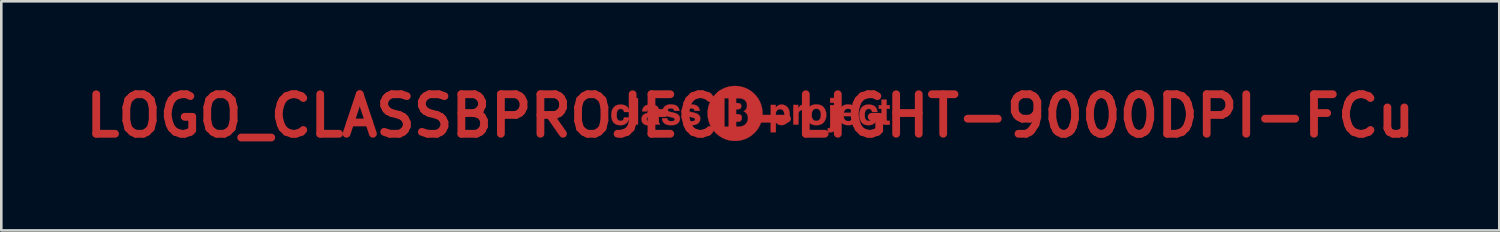
<source format=kicad_pcb>
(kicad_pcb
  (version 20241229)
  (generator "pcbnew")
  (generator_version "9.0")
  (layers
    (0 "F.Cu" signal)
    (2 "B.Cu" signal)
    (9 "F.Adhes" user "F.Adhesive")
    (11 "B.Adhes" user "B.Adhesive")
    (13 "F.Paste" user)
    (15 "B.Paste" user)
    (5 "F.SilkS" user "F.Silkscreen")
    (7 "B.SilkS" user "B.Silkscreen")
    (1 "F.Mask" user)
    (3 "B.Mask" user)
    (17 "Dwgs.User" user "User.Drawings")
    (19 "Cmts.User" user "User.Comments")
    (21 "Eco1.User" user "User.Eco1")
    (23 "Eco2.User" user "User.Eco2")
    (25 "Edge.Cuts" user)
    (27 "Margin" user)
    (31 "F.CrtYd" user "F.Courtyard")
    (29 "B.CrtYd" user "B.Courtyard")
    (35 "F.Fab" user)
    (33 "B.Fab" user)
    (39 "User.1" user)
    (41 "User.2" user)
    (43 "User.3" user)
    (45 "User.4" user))
  (footprint "LOGO_CLASSBPROJECT-LIGHT-9000DPI-FCu"
    (layer "F.Cu")
    (at 25.879 1.418)
    (property "Reference" "LOGO_CLASSBPROJECT-LIGHT-9000DPI-FCu" (at 0 0 0) (layer "F.Cu") (effects (font (size 1.524 1.524) (thickness 0.3))))
    (attr through_hole)
    (fp_poly (pts (xy -4.329 0.333) (xy -4.527 0.333) (xy -4.527 -0.683) (xy -4.329 -0.683) (xy -4.329 0.333)) (stroke (width 0.01) (type solid)) (fill yes) (layer "F.Cu"))
    (fp_poly (pts (xy 3.277 -0.508) (xy 3.079 -0.508) (xy 3.079 -0.689) (xy 3.277 -0.689) (xy 3.277 -0.508)) (stroke (width 0.01) (type solid)) (fill yes) (layer "F.Cu"))
    (fp_poly (pts (xy -0.633 -0.068) (xy -0.594 -0.068) (xy -0.56 -0.067) (xy -0.531 -0.067) (xy -0.506 -0.067) (xy -0.484 -0.066) (xy -0.466 -0.065) (xy -0.45 -0.063) (xy -0.437 -0.061) (xy -0.426 -0.059) (xy -0.416 -0.056) (xy -0.406 -0.053) (xy -0.397 -0.049) (xy -0.39 -0.046) (xy -0.368 -0.032) (xy -0.351 -0.015) (xy -0.337 0.006) (xy -0.328 0.03) (xy -0.326 0.041) (xy -0.325 0.057) (xy -0.325 0.075) (xy -0.325 0.092) (xy -0.327 0.108) (xy -0.328 0.114) (xy -0.335 0.14) (xy -0.347 0.163) (xy -0.363 0.183) (xy -0.382 0.199) (xy -0.399 0.209) (xy -0.407 0.213) (xy -0.414 0.216) (xy -0.421 0.218) (xy -0.428 0.22) (xy -0.437 0.222) (xy -0.447 0.224) (xy -0.459 0.225) (xy -0.473 0.226) (xy -0.49 0.226) (xy -0.511 0.227) (xy -0.535 0.227) (xy -0.564 0.227) (xy -0.598 0.228) (xy -0.616 0.228) (xy -0.776 0.229) (xy -0.776 -0.068) (xy -0.633 -0.068)) (stroke (width 0.01) (type solid)) (fill yes) (layer "F.Cu"))
    (fp_poly (pts (xy 2.097 -0.235) (xy 2.047 -0.233) (xy 2.024 -0.233) (xy 2.006 -0.231) (xy 1.992 -0.23) (xy 1.98 -0.227) (xy 1.975 -0.226) (xy 1.946 -0.216) (xy 1.922 -0.203) (xy 1.902 -0.186) (xy 1.886 -0.166) (xy 1.873 -0.141) (xy 1.865 -0.112) (xy 1.865 -0.112) (xy 1.864 -0.107) (xy 1.863 -0.101) (xy 1.862 -0.096) (xy 1.861 -0.09) (xy 1.86 -0.082) (xy 1.86 -0.072) (xy 1.86 -0.061) (xy 1.859 -0.046) (xy 1.859 -0.029) (xy 1.859 -0.009) (xy 1.858 0.016) (xy 1.858 0.045) (xy 1.858 0.079) (xy 1.858 0.117) (xy 1.858 0.123) (xy 1.857 0.333) (xy 1.659 0.333) (xy 1.659 -0.421) (xy 1.846 -0.421) (xy 1.846 -0.355) (xy 1.847 -0.29) (xy 1.866 -0.318) (xy 1.884 -0.344) (xy 1.901 -0.365) (xy 1.917 -0.382) (xy 1.934 -0.396) (xy 1.952 -0.408) (xy 1.966 -0.415) (xy 1.989 -0.424) (xy 2.015 -0.43) (xy 2.043 -0.434) (xy 2.067 -0.435) (xy 2.097 -0.435) (xy 2.097 -0.235)) (stroke (width 0.01) (type solid)) (fill yes) (layer "F.Cu"))
    (fp_poly (pts (xy -0.624 -0.496) (xy -0.589 -0.496) (xy -0.559 -0.495) (xy -0.534 -0.495) (xy -0.512 -0.494) (xy -0.494 -0.494) (xy -0.479 -0.493) (xy -0.466 -0.492) (xy -0.455 -0.491) (xy -0.446 -0.489) (xy -0.436 -0.487) (xy -0.428 -0.485) (xy -0.418 -0.483) (xy -0.414 -0.481) (xy -0.394 -0.473) (xy -0.377 -0.46) (xy -0.365 -0.445) (xy -0.358 -0.434) (xy -0.354 -0.423) (xy -0.351 -0.411) (xy -0.349 -0.397) (xy -0.349 -0.378) (xy -0.349 -0.374) (xy -0.349 -0.358) (xy -0.35 -0.346) (xy -0.351 -0.337) (xy -0.353 -0.329) (xy -0.355 -0.324) (xy -0.366 -0.304) (xy -0.381 -0.288) (xy -0.4 -0.275) (xy -0.405 -0.272) (xy -0.413 -0.268) (xy -0.421 -0.265) (xy -0.428 -0.262) (xy -0.436 -0.26) (xy -0.444 -0.258) (xy -0.454 -0.256) (xy -0.466 -0.255) (xy -0.48 -0.254) (xy -0.497 -0.254) (xy -0.517 -0.253) (xy -0.541 -0.253) (xy -0.57 -0.252) (xy -0.604 -0.252) (xy -0.62 -0.252) (xy -0.776 -0.251) (xy -0.776 -0.497) (xy -0.624 -0.496)) (stroke (width 0.01) (type solid)) (fill yes) (layer "F.Cu"))
    (fp_poly (pts (xy 3.276 0.035) (xy 3.276 0.094) (xy 3.276 0.148) (xy 3.276 0.196) (xy 3.275 0.24) (xy 3.275 0.28) (xy 3.275 0.315) (xy 3.275 0.345) (xy 3.275 0.373) (xy 3.275 0.396) (xy 3.274 0.417) (xy 3.274 0.434) (xy 3.274 0.449) (xy 3.274 0.461) (xy 3.273 0.472) (xy 3.273 0.48) (xy 3.272 0.486) (xy 3.272 0.492) (xy 3.271 0.496) (xy 3.271 0.499) (xy 3.27 0.502) (xy 3.27 0.502) (xy 3.26 0.533) (xy 3.249 0.558) (xy 3.235 0.579) (xy 3.218 0.596) (xy 3.197 0.609) (xy 3.173 0.62) (xy 3.144 0.628) (xy 3.134 0.63) (xy 3.12 0.632) (xy 3.1 0.633) (xy 3.076 0.634) (xy 3.056 0.634) (xy 2.986 0.636) (xy 2.986 0.477) (xy 3.008 0.479) (xy 3.028 0.479) (xy 3.044 0.476) (xy 3.057 0.471) (xy 3.063 0.466) (xy 3.07 0.458) (xy 3.075 0.448) (xy 3.076 0.446) (xy 3.076 0.443) (xy 3.077 0.437) (xy 3.077 0.428) (xy 3.077 0.415) (xy 3.078 0.399) (xy 3.078 0.379) (xy 3.078 0.355) (xy 3.078 0.327) (xy 3.079 0.294) (xy 3.079 0.257) (xy 3.079 0.215) (xy 3.079 0.169) (xy 3.079 0.117) (xy 3.079 0.06) (xy 3.079 0.01) (xy 3.079 -0.415) (xy 3.277 -0.415) (xy 3.276 0.035)) (stroke (width 0.01) (type solid)) (fill yes) (layer "F.Cu"))
    (fp_poly (pts (xy 5.255 -0.412) (xy 5.379 -0.412) (xy 5.379 -0.274) (xy 5.255 -0.274) (xy 5.255 -0.068) (xy 5.255 -0.026) (xy 5.255 0.011) (xy 5.255 0.043) (xy 5.255 0.071) (xy 5.256 0.094) (xy 5.256 0.114) (xy 5.257 0.13) (xy 5.258 0.143) (xy 5.258 0.154) (xy 5.259 0.162) (xy 5.261 0.169) (xy 5.262 0.174) (xy 5.264 0.178) (xy 5.265 0.18) (xy 5.271 0.185) (xy 5.281 0.189) (xy 5.295 0.191) (xy 5.315 0.193) (xy 5.339 0.193) (xy 5.379 0.193) (xy 5.379 0.338) (xy 5.37 0.34) (xy 5.365 0.34) (xy 5.355 0.341) (xy 5.341 0.341) (xy 5.324 0.342) (xy 5.304 0.342) (xy 5.286 0.343) (xy 5.261 0.343) (xy 5.24 0.343) (xy 5.224 0.343) (xy 5.21 0.343) (xy 5.199 0.342) (xy 5.19 0.34) (xy 5.188 0.34) (xy 5.158 0.333) (xy 5.132 0.322) (xy 5.109 0.309) (xy 5.091 0.293) (xy 5.078 0.275) (xy 5.078 0.275) (xy 5.075 0.27) (xy 5.073 0.264) (xy 5.07 0.259) (xy 5.068 0.253) (xy 5.067 0.246) (xy 5.065 0.239) (xy 5.064 0.229) (xy 5.063 0.218) (xy 5.062 0.204) (xy 5.061 0.188) (xy 5.061 0.169) (xy 5.061 0.146) (xy 5.06 0.119) (xy 5.06 0.089) (xy 5.06 0.053) (xy 5.06 0.013) (xy 5.06 -0.03) (xy 5.06 -0.274) (xy 4.956 -0.274) (xy 4.956 -0.412) (xy 5.06 -0.412) (xy 5.06 -0.624) (xy 5.255 -0.624) (xy 5.255 -0.412)) (stroke (width 0.01) (type solid)) (fill yes) (layer "F.Cu"))
    (fp_poly (pts (xy 1.246 -0.432) (xy 1.286 -0.424) (xy 1.324 -0.411) (xy 1.359 -0.393) (xy 1.392 -0.37) (xy 1.423 -0.342) (xy 1.424 -0.341) (xy 1.449 -0.312) (xy 1.469 -0.281) (xy 1.486 -0.247) (xy 1.499 -0.209) (xy 1.509 -0.168) (xy 1.515 -0.127) (xy 1.517 -0.113) (xy 1.518 -0.094) (xy 1.518 -0.073) (xy 1.518 -0.05) (xy 1.518 -0.026) (xy 1.517 -0.004) (xy 1.517 0.015) (xy 1.515 0.03) (xy 1.515 0.03) (xy 1.508 0.081) (xy 1.496 0.127) (xy 1.48 0.17) (xy 1.461 0.208) (xy 1.437 0.243) (xy 1.41 0.273) (xy 1.382 0.297) (xy 1.35 0.318) (xy 1.318 0.334) (xy 1.283 0.346) (xy 1.246 0.353) (xy 1.207 0.355) (xy 1.184 0.355) (xy 1.16 0.353) (xy 1.14 0.351) (xy 1.122 0.347) (xy 1.105 0.342) (xy 1.087 0.334) (xy 1.085 0.333) (xy 1.067 0.324) (xy 1.051 0.314) (xy 1.037 0.302) (xy 1.022 0.288) (xy 1.007 0.27) (xy 0.991 0.25) (xy 0.985 0.242) (xy 0.985 0.629) (xy 0.79 0.629) (xy 0.79 -0.023) (xy 0.98 -0.023) (xy 0.98 -0.01) (xy 0.982 0.024) (xy 0.987 0.054) (xy 0.994 0.081) (xy 1.003 0.104) (xy 1.016 0.124) (xy 1.031 0.143) (xy 1.034 0.146) (xy 1.056 0.164) (xy 1.079 0.178) (xy 1.105 0.186) (xy 1.113 0.188) (xy 1.133 0.19) (xy 1.155 0.19) (xy 1.177 0.188) (xy 1.194 0.185) (xy 1.22 0.174) (xy 1.244 0.159) (xy 1.264 0.139) (xy 1.281 0.114) (xy 1.295 0.085) (xy 1.306 0.052) (xy 1.309 0.04) (xy 1.311 0.028) (xy 1.312 0.015) (xy 1.314 -0.001) (xy 1.314 -0.02) (xy 1.314 -0.023) (xy 1.315 -0.05) (xy 1.314 -0.072) (xy 1.312 -0.091) (xy 1.309 -0.109) (xy 1.305 -0.127) (xy 1.302 -0.137) (xy 1.29 -0.169) (xy 1.275 -0.196) (xy 1.258 -0.218) (xy 1.238 -0.236) (xy 1.215 -0.248) (xy 1.189 -0.257) (xy 1.16 -0.26) (xy 1.147 -0.261) (xy 1.119 -0.259) (xy 1.094 -0.254) (xy 1.072 -0.245) (xy 1.052 -0.232) (xy 1.037 -0.219) (xy 1.019 -0.196) (xy 1.004 -0.17) (xy 0.993 -0.14) (xy 0.985 -0.106) (xy 0.981 -0.067) (xy 0.98 -0.023) (xy 0.79 -0.023) (xy 0.79 -0.421) (xy 0.979 -0.421) (xy 0.98 -0.367) (xy 0.981 -0.313) (xy 0.994 -0.331) (xy 1.019 -0.36) (xy 1.046 -0.385) (xy 1.077 -0.405) (xy 1.11 -0.419) (xy 1.146 -0.429) (xy 1.184 -0.434) (xy 1.204 -0.435) (xy 1.246 -0.432)) (stroke (width 0.01) (type solid)) (fill yes) (layer "F.Cu"))
    (fp_poly (pts (xy 3.821 -0.438) (xy 3.867 -0.431) (xy 3.91 -0.42) (xy 3.949 -0.404) (xy 3.986 -0.383) (xy 4.018 -0.358) (xy 4.048 -0.329) (xy 4.074 -0.295) (xy 4.096 -0.257) (xy 4.102 -0.245) (xy 4.112 -0.221) (xy 4.121 -0.197) (xy 4.127 -0.172) (xy 4.132 -0.145) (xy 4.136 -0.115) (xy 4.138 -0.082) (xy 4.139 -0.053) (xy 4.141 0.011) (xy 3.601 0.011) (xy 3.601 0.024) (xy 3.603 0.044) (xy 3.607 0.067) (xy 3.615 0.091) (xy 3.624 0.113) (xy 3.629 0.123) (xy 3.639 0.139) (xy 3.654 0.154) (xy 3.67 0.168) (xy 3.688 0.18) (xy 3.692 0.182) (xy 3.711 0.19) (xy 3.73 0.196) (xy 3.749 0.2) (xy 3.771 0.201) (xy 3.783 0.201) (xy 3.799 0.201) (xy 3.811 0.2) (xy 3.821 0.199) (xy 3.83 0.197) (xy 3.839 0.194) (xy 3.852 0.189) (xy 3.866 0.182) (xy 3.876 0.176) (xy 3.877 0.176) (xy 3.89 0.165) (xy 3.904 0.151) (xy 3.916 0.136) (xy 3.923 0.124) (xy 3.929 0.113) (xy 4.131 0.113) (xy 4.128 0.128) (xy 4.121 0.153) (xy 4.109 0.18) (xy 4.091 0.208) (xy 4.07 0.236) (xy 4.047 0.26) (xy 4.015 0.288) (xy 3.981 0.311) (xy 3.945 0.329) (xy 3.905 0.343) (xy 3.862 0.353) (xy 3.842 0.355) (xy 3.824 0.357) (xy 3.802 0.358) (xy 3.778 0.358) (xy 3.754 0.358) (xy 3.732 0.356) (xy 3.714 0.355) (xy 3.71 0.354) (xy 3.669 0.345) (xy 3.63 0.333) (xy 3.592 0.316) (xy 3.556 0.296) (xy 3.523 0.273) (xy 3.495 0.247) (xy 3.471 0.22) (xy 3.463 0.209) (xy 3.444 0.177) (xy 3.429 0.14) (xy 3.416 0.1) (xy 3.408 0.056) (xy 3.403 0.01) (xy 3.401 -0.039) (xy 3.403 -0.08) (xy 3.407 -0.119) (xy 3.604 -0.119) (xy 3.936 -0.119) (xy 3.934 -0.136) (xy 3.927 -0.167) (xy 3.916 -0.194) (xy 3.9 -0.218) (xy 3.881 -0.238) (xy 3.857 -0.254) (xy 3.831 -0.266) (xy 3.804 -0.273) (xy 3.773 -0.276) (xy 3.743 -0.274) (xy 3.715 -0.268) (xy 3.69 -0.257) (xy 3.667 -0.242) (xy 3.656 -0.233) (xy 3.642 -0.217) (xy 3.631 -0.199) (xy 3.621 -0.179) (xy 3.613 -0.155) (xy 3.606 -0.126) (xy 3.604 -0.119) (xy 3.407 -0.119) (xy 3.409 -0.13) (xy 3.418 -0.175) (xy 3.43 -0.217) (xy 3.446 -0.255) (xy 3.466 -0.289) (xy 3.49 -0.321) (xy 3.514 -0.346) (xy 3.547 -0.373) (xy 3.582 -0.396) (xy 3.621 -0.414) (xy 3.662 -0.427) (xy 3.706 -0.436) (xy 3.753 -0.44) (xy 3.772 -0.44) (xy 3.821 -0.438)) (stroke (width 0.01) (type solid)) (fill yes) (layer "F.Cu"))
    (fp_poly (pts (xy -4.974 -0.434) (xy -4.949 -0.432) (xy -4.927 -0.43) (xy -4.911 -0.428) (xy -4.868 -0.417) (xy -4.83 -0.404) (xy -4.796 -0.388) (xy -4.766 -0.368) (xy -4.741 -0.344) (xy -4.719 -0.316) (xy -4.701 -0.285) (xy -4.686 -0.249) (xy -4.675 -0.209) (xy -4.667 -0.164) (xy -4.667 -0.163) (xy -4.665 -0.15) (xy -4.867 -0.15) (xy -4.871 -0.166) (xy -4.874 -0.177) (xy -4.878 -0.19) (xy -4.884 -0.203) (xy -4.885 -0.206) (xy -4.898 -0.226) (xy -4.913 -0.242) (xy -4.93 -0.255) (xy -4.952 -0.263) (xy -4.977 -0.269) (xy -4.98 -0.269) (xy -5.008 -0.27) (xy -5.034 -0.266) (xy -5.059 -0.258) (xy -5.081 -0.245) (xy -5.095 -0.233) (xy -5.111 -0.215) (xy -5.124 -0.195) (xy -5.134 -0.171) (xy -5.142 -0.144) (xy -5.147 -0.112) (xy -5.15 -0.077) (xy -5.152 -0.036) (xy -5.152 -0.034) (xy -5.151 0.004) (xy -5.148 0.037) (xy -5.144 0.066) (xy -5.137 0.092) (xy -5.128 0.114) (xy -5.117 0.135) (xy -5.115 0.137) (xy -5.099 0.157) (xy -5.078 0.173) (xy -5.055 0.185) (xy -5.03 0.192) (xy -5.002 0.194) (xy -4.979 0.192) (xy -4.955 0.188) (xy -4.935 0.18) (xy -4.917 0.17) (xy -4.903 0.156) (xy -4.892 0.138) (xy -4.882 0.116) (xy -4.874 0.089) (xy -4.869 0.068) (xy -4.868 0.062) (xy -4.768 0.062) (xy -4.742 0.062) (xy -4.72 0.062) (xy -4.704 0.062) (xy -4.691 0.062) (xy -4.682 0.063) (xy -4.675 0.063) (xy -4.671 0.064) (xy -4.669 0.065) (xy -4.668 0.066) (xy -4.668 0.067) (xy -4.669 0.076) (xy -4.671 0.087) (xy -4.674 0.102) (xy -4.677 0.116) (xy -4.681 0.13) (xy -4.683 0.138) (xy -4.695 0.166) (xy -4.71 0.196) (xy -4.729 0.225) (xy -4.749 0.251) (xy -4.767 0.271) (xy -4.797 0.297) (xy -4.831 0.319) (xy -4.868 0.336) (xy -4.908 0.348) (xy -4.94 0.354) (xy -4.96 0.356) (xy -4.984 0.358) (xy -5.009 0.358) (xy -5.035 0.358) (xy -5.059 0.356) (xy -5.079 0.354) (xy -5.081 0.354) (xy -5.125 0.345) (xy -5.164 0.332) (xy -5.2 0.314) (xy -5.232 0.293) (xy -5.26 0.267) (xy -5.285 0.236) (xy -5.307 0.201) (xy -5.317 0.182) (xy -5.333 0.142) (xy -5.345 0.099) (xy -5.354 0.053) (xy -5.358 0.004) (xy -5.359 -0.046) (xy -5.357 -0.072) (xy -5.353 -0.117) (xy -5.346 -0.156) (xy -5.338 -0.192) (xy -5.327 -0.225) (xy -5.313 -0.256) (xy -5.298 -0.283) (xy -5.277 -0.314) (xy -5.251 -0.342) (xy -5.222 -0.368) (xy -5.191 -0.389) (xy -5.178 -0.396) (xy -5.157 -0.406) (xy -5.131 -0.416) (xy -5.104 -0.423) (xy -5.077 -0.429) (xy -5.069 -0.431) (xy -5.049 -0.433) (xy -5.025 -0.434) (xy -5 -0.434) (xy -4.974 -0.434)) (stroke (width 0.01) (type solid)) (fill yes) (layer "F.Cu"))
    (fp_poly (pts (xy 4.591 -0.434) (xy 4.616 -0.432) (xy 4.638 -0.43) (xy 4.654 -0.428) (xy 4.697 -0.417) (xy 4.735 -0.404) (xy 4.769 -0.388) (xy 4.798 -0.368) (xy 4.824 -0.344) (xy 4.846 -0.316) (xy 4.864 -0.285) (xy 4.878 -0.249) (xy 4.89 -0.209) (xy 4.898 -0.164) (xy 4.898 -0.163) (xy 4.9 -0.15) (xy 4.697 -0.15) (xy 4.694 -0.166) (xy 4.691 -0.177) (xy 4.686 -0.19) (xy 4.68 -0.203) (xy 4.679 -0.206) (xy 4.667 -0.226) (xy 4.652 -0.242) (xy 4.634 -0.255) (xy 4.613 -0.263) (xy 4.587 -0.269) (xy 4.584 -0.269) (xy 4.557 -0.27) (xy 4.53 -0.266) (xy 4.505 -0.258) (xy 4.483 -0.245) (xy 4.469 -0.233) (xy 4.454 -0.215) (xy 4.441 -0.195) (xy 4.431 -0.171) (xy 4.423 -0.144) (xy 4.417 -0.112) (xy 4.414 -0.077) (xy 4.413 -0.036) (xy 4.413 -0.034) (xy 4.414 0.004) (xy 4.416 0.037) (xy 4.421 0.066) (xy 4.428 0.092) (xy 4.437 0.114) (xy 4.448 0.135) (xy 4.449 0.137) (xy 4.466 0.157) (xy 4.486 0.173) (xy 4.509 0.185) (xy 4.535 0.192) (xy 4.562 0.194) (xy 4.586 0.192) (xy 4.61 0.188) (xy 4.63 0.18) (xy 4.647 0.17) (xy 4.661 0.156) (xy 4.673 0.138) (xy 4.683 0.116) (xy 4.691 0.089) (xy 4.695 0.068) (xy 4.696 0.062) (xy 4.796 0.062) (xy 4.823 0.062) (xy 4.844 0.062) (xy 4.861 0.062) (xy 4.874 0.062) (xy 4.883 0.063) (xy 4.889 0.063) (xy 4.893 0.064) (xy 4.895 0.065) (xy 4.896 0.066) (xy 4.897 0.067) (xy 4.896 0.076) (xy 4.894 0.087) (xy 4.891 0.102) (xy 4.887 0.116) (xy 4.884 0.13) (xy 4.881 0.138) (xy 4.87 0.166) (xy 4.854 0.196) (xy 4.836 0.225) (xy 4.816 0.251) (xy 4.798 0.271) (xy 4.767 0.297) (xy 4.733 0.319) (xy 4.696 0.336) (xy 4.656 0.348) (xy 4.625 0.354) (xy 4.605 0.356) (xy 4.581 0.358) (xy 4.555 0.358) (xy 4.53 0.358) (xy 4.506 0.356) (xy 4.485 0.354) (xy 4.483 0.354) (xy 4.44 0.345) (xy 4.401 0.332) (xy 4.365 0.314) (xy 4.333 0.293) (xy 4.304 0.267) (xy 4.279 0.236) (xy 4.257 0.201) (xy 4.248 0.182) (xy 4.232 0.142) (xy 4.219 0.099) (xy 4.211 0.053) (xy 4.206 0.004) (xy 4.206 -0.046) (xy 4.207 -0.072) (xy 4.212 -0.117) (xy 4.218 -0.156) (xy 4.227 -0.192) (xy 4.238 -0.225) (xy 4.251 -0.256) (xy 4.266 -0.283) (xy 4.288 -0.314) (xy 4.314 -0.342) (xy 4.343 -0.368) (xy 4.374 -0.389) (xy 4.386 -0.396) (xy 4.408 -0.406) (xy 4.433 -0.416) (xy 4.461 -0.423) (xy 4.488 -0.429) (xy 4.496 -0.431) (xy 4.516 -0.433) (xy 4.539 -0.434) (xy 4.565 -0.434) (xy 4.591 -0.434)) (stroke (width 0.01) (type solid)) (fill yes) (layer "F.Cu"))
    (fp_poly (pts (xy 2.567 -0.44) (xy 2.589 -0.439) (xy 2.608 -0.438) (xy 2.612 -0.437) (xy 2.65 -0.431) (xy 2.687 -0.421) (xy 2.722 -0.408) (xy 2.754 -0.392) (xy 2.782 -0.374) (xy 2.783 -0.373) (xy 2.812 -0.348) (xy 2.838 -0.318) (xy 2.862 -0.284) (xy 2.883 -0.246) (xy 2.901 -0.206) (xy 2.915 -0.163) (xy 2.922 -0.137) (xy 2.924 -0.127) (xy 2.925 -0.117) (xy 2.926 -0.107) (xy 2.927 -0.095) (xy 2.928 -0.081) (xy 2.928 -0.062) (xy 2.928 -0.042) (xy 2.928 -0.02) (xy 2.928 -0.002) (xy 2.927 0.012) (xy 2.927 0.024) (xy 2.925 0.034) (xy 2.924 0.044) (xy 2.922 0.056) (xy 2.922 0.056) (xy 2.91 0.101) (xy 2.895 0.143) (xy 2.876 0.182) (xy 2.853 0.218) (xy 2.827 0.251) (xy 2.799 0.279) (xy 2.767 0.303) (xy 2.733 0.322) (xy 2.728 0.324) (xy 2.704 0.334) (xy 2.681 0.342) (xy 2.657 0.348) (xy 2.631 0.352) (xy 2.602 0.355) (xy 2.57 0.357) (xy 2.557 0.357) (xy 2.538 0.357) (xy 2.521 0.357) (xy 2.507 0.357) (xy 2.496 0.357) (xy 2.489 0.357) (xy 2.488 0.357) (xy 2.446 0.349) (xy 2.408 0.34) (xy 2.374 0.329) (xy 2.344 0.315) (xy 2.317 0.298) (xy 2.313 0.295) (xy 2.297 0.282) (xy 2.28 0.266) (xy 2.262 0.247) (xy 2.246 0.227) (xy 2.233 0.209) (xy 2.21 0.17) (xy 2.191 0.129) (xy 2.177 0.086) (xy 2.168 0.04) (xy 2.163 -0.009) (xy 2.163 -0.02) (xy 2.163 -0.025) (xy 2.368 -0.025) (xy 2.37 0.007) (xy 2.374 0.038) (xy 2.38 0.065) (xy 2.382 0.071) (xy 2.394 0.101) (xy 2.41 0.127) (xy 2.429 0.15) (xy 2.45 0.168) (xy 2.475 0.181) (xy 2.482 0.184) (xy 2.513 0.191) (xy 2.543 0.194) (xy 2.576 0.191) (xy 2.58 0.191) (xy 2.609 0.183) (xy 2.635 0.17) (xy 2.657 0.153) (xy 2.677 0.131) (xy 2.693 0.105) (xy 2.706 0.075) (xy 2.712 0.055) (xy 2.718 0.025) (xy 2.722 -0.008) (xy 2.723 -0.043) (xy 2.721 -0.078) (xy 2.717 -0.111) (xy 2.712 -0.137) (xy 2.702 -0.167) (xy 2.689 -0.195) (xy 2.672 -0.219) (xy 2.653 -0.239) (xy 2.632 -0.254) (xy 2.624 -0.258) (xy 2.598 -0.268) (xy 2.569 -0.274) (xy 2.54 -0.275) (xy 2.512 -0.273) (xy 2.485 -0.266) (xy 2.46 -0.256) (xy 2.453 -0.251) (xy 2.434 -0.236) (xy 2.416 -0.217) (xy 2.401 -0.195) (xy 2.388 -0.17) (xy 2.381 -0.15) (xy 2.374 -0.122) (xy 2.37 -0.092) (xy 2.368 -0.059) (xy 2.368 -0.025) (xy 2.163 -0.025) (xy 2.163 -0.073) (xy 2.169 -0.123) (xy 2.179 -0.171) (xy 2.194 -0.216) (xy 2.215 -0.259) (xy 2.24 -0.3) (xy 2.257 -0.322) (xy 2.285 -0.352) (xy 2.316 -0.377) (xy 2.351 -0.399) (xy 2.39 -0.416) (xy 2.432 -0.429) (xy 2.477 -0.437) (xy 2.481 -0.437) (xy 2.498 -0.439) (xy 2.52 -0.44) (xy 2.543 -0.44) (xy 2.567 -0.44)) (stroke (width 0.01) (type solid)) (fill yes) (layer "F.Cu"))
    (fp_poly (pts (xy -3.053 -0.44) (xy -3.046 -0.439) (xy -3.004 -0.437) (xy -2.966 -0.432) (xy -2.932 -0.426) (xy -2.901 -0.416) (xy -2.874 -0.405) (xy -2.842 -0.388) (xy -2.815 -0.367) (xy -2.791 -0.344) (xy -2.772 -0.317) (xy -2.757 -0.286) (xy -2.745 -0.251) (xy -2.737 -0.212) (xy -2.736 -0.205) (xy -2.734 -0.192) (xy -2.931 -0.192) (xy -2.936 -0.211) (xy -2.944 -0.233) (xy -2.954 -0.25) (xy -2.969 -0.265) (xy -2.987 -0.275) (xy -3.009 -0.283) (xy -3.037 -0.288) (xy -3.038 -0.288) (xy -3.064 -0.29) (xy -3.09 -0.289) (xy -3.114 -0.285) (xy -3.136 -0.279) (xy -3.153 -0.271) (xy -3.156 -0.269) (xy -3.169 -0.257) (xy -3.177 -0.243) (xy -3.181 -0.227) (xy -3.179 -0.21) (xy -3.175 -0.197) (xy -3.171 -0.192) (xy -3.166 -0.186) (xy -3.16 -0.181) (xy -3.151 -0.176) (xy -3.139 -0.171) (xy -3.124 -0.166) (xy -3.106 -0.16) (xy -3.084 -0.154) (xy -3.058 -0.147) (xy -3.027 -0.14) (xy -2.991 -0.131) (xy -2.986 -0.13) (xy -2.955 -0.123) (xy -2.929 -0.116) (xy -2.907 -0.11) (xy -2.888 -0.104) (xy -2.871 -0.098) (xy -2.855 -0.091) (xy -2.841 -0.084) (xy -2.811 -0.067) (xy -2.786 -0.049) (xy -2.765 -0.03) (xy -2.748 -0.008) (xy -2.734 0.017) (xy -2.733 0.018) (xy -2.723 0.045) (xy -2.717 0.075) (xy -2.715 0.107) (xy -2.717 0.139) (xy -2.723 0.17) (xy -2.733 0.2) (xy -2.737 0.21) (xy -2.755 0.241) (xy -2.778 0.269) (xy -2.804 0.293) (xy -2.835 0.313) (xy -2.87 0.33) (xy -2.909 0.343) (xy -2.951 0.352) (xy -2.963 0.353) (xy -2.979 0.355) (xy -2.999 0.356) (xy -3.021 0.357) (xy -3.045 0.357) (xy -3.068 0.357) (xy -3.09 0.357) (xy -3.109 0.357) (xy -3.126 0.356) (xy -3.134 0.355) (xy -3.18 0.348) (xy -3.221 0.337) (xy -3.258 0.322) (xy -3.291 0.303) (xy -3.32 0.28) (xy -3.345 0.254) (xy -3.36 0.234) (xy -3.374 0.21) (xy -3.385 0.183) (xy -3.394 0.154) (xy -3.399 0.127) (xy -3.401 0.105) (xy -3.401 0.093) (xy -3.201 0.093) (xy -3.199 0.105) (xy -3.194 0.129) (xy -3.185 0.149) (xy -3.173 0.166) (xy -3.157 0.18) (xy -3.138 0.19) (xy -3.114 0.198) (xy -3.085 0.202) (xy -3.052 0.204) (xy -3.042 0.204) (xy -3.019 0.204) (xy -2.999 0.203) (xy -2.983 0.2) (xy -2.968 0.196) (xy -2.954 0.19) (xy -2.947 0.187) (xy -2.932 0.177) (xy -2.921 0.164) (xy -2.915 0.149) (xy -2.915 0.131) (xy -2.916 0.124) (xy -2.919 0.113) (xy -2.924 0.104) (xy -2.931 0.097) (xy -2.936 0.092) (xy -2.942 0.088) (xy -2.95 0.084) (xy -2.961 0.08) (xy -2.975 0.075) (xy -2.982 0.073) (xy -2.996 0.068) (xy -3.013 0.063) (xy -3.034 0.057) (xy -3.057 0.051) (xy -3.08 0.045) (xy -3.1 0.04) (xy -3.137 0.031) (xy -3.168 0.022) (xy -3.195 0.014) (xy -3.218 0.006) (xy -3.239 -0.001) (xy -3.257 -0.009) (xy -3.27 -0.015) (xy -3.299 -0.031) (xy -3.322 -0.049) (xy -3.341 -0.067) (xy -3.355 -0.088) (xy -3.361 -0.1) (xy -3.367 -0.115) (xy -3.372 -0.129) (xy -3.375 -0.144) (xy -3.376 -0.161) (xy -3.377 -0.181) (xy -3.377 -0.188) (xy -3.376 -0.206) (xy -3.376 -0.22) (xy -3.374 -0.231) (xy -3.372 -0.241) (xy -3.37 -0.249) (xy -3.358 -0.283) (xy -3.34 -0.315) (xy -3.318 -0.343) (xy -3.293 -0.369) (xy -3.263 -0.391) (xy -3.23 -0.409) (xy -3.195 -0.423) (xy -3.181 -0.427) (xy -3.157 -0.433) (xy -3.134 -0.436) (xy -3.11 -0.439) (xy -3.083 -0.44) (xy -3.053 -0.44)) (stroke (width 0.01) (type solid)) (fill yes) (layer "F.Cu"))
    (fp_poly (pts (xy -2.269 -0.44) (xy -2.261 -0.439) (xy -2.219 -0.437) (xy -2.182 -0.432) (xy -2.148 -0.426) (xy -2.116 -0.416) (xy -2.089 -0.405) (xy -2.057 -0.388) (xy -2.03 -0.367) (xy -2.007 -0.344) (xy -1.987 -0.317) (xy -1.972 -0.286) (xy -1.961 -0.251) (xy -1.953 -0.212) (xy -1.952 -0.205) (xy -1.95 -0.192) (xy -2.146 -0.192) (xy -2.151 -0.211) (xy -2.159 -0.233) (xy -2.17 -0.25) (xy -2.184 -0.265) (xy -2.202 -0.275) (xy -2.225 -0.283) (xy -2.252 -0.288) (xy -2.253 -0.288) (xy -2.28 -0.29) (xy -2.305 -0.289) (xy -2.33 -0.285) (xy -2.351 -0.279) (xy -2.369 -0.271) (xy -2.372 -0.269) (xy -2.384 -0.257) (xy -2.392 -0.243) (xy -2.396 -0.227) (xy -2.395 -0.21) (xy -2.39 -0.197) (xy -2.387 -0.192) (xy -2.382 -0.186) (xy -2.375 -0.181) (xy -2.366 -0.176) (xy -2.354 -0.171) (xy -2.34 -0.166) (xy -2.321 -0.16) (xy -2.299 -0.154) (xy -2.273 -0.147) (xy -2.242 -0.14) (xy -2.206 -0.131) (xy -2.201 -0.13) (xy -2.171 -0.123) (xy -2.145 -0.116) (xy -2.123 -0.11) (xy -2.103 -0.104) (xy -2.086 -0.098) (xy -2.071 -0.091) (xy -2.056 -0.084) (xy -2.026 -0.067) (xy -2.001 -0.049) (xy -1.98 -0.03) (xy -1.963 -0.008) (xy -1.949 0.017) (xy -1.948 0.018) (xy -1.938 0.045) (xy -1.932 0.075) (xy -1.93 0.107) (xy -1.932 0.139) (xy -1.938 0.17) (xy -1.948 0.2) (xy -1.953 0.21) (xy -1.971 0.241) (xy -1.993 0.269) (xy -2.02 0.293) (xy -2.05 0.313) (xy -2.085 0.33) (xy -2.125 0.343) (xy -2.166 0.352) (xy -2.178 0.353) (xy -2.195 0.355) (xy -2.215 0.356) (xy -2.237 0.357) (xy -2.26 0.357) (xy -2.283 0.357) (xy -2.305 0.357) (xy -2.325 0.357) (xy -2.341 0.356) (xy -2.349 0.355) (xy -2.395 0.348) (xy -2.436 0.337) (xy -2.474 0.322) (xy -2.507 0.303) (xy -2.536 0.28) (xy -2.561 0.254) (xy -2.576 0.234) (xy -2.589 0.21) (xy -2.601 0.183) (xy -2.61 0.154) (xy -2.615 0.127) (xy -2.616 0.105) (xy -2.616 0.093) (xy -2.417 0.093) (xy -2.415 0.105) (xy -2.409 0.129) (xy -2.401 0.149) (xy -2.389 0.166) (xy -2.373 0.18) (xy -2.353 0.19) (xy -2.329 0.198) (xy -2.301 0.202) (xy -2.268 0.204) (xy -2.258 0.204) (xy -2.234 0.204) (xy -2.215 0.203) (xy -2.198 0.2) (xy -2.183 0.196) (xy -2.169 0.19) (xy -2.163 0.187) (xy -2.147 0.177) (xy -2.136 0.164) (xy -2.131 0.149) (xy -2.13 0.131) (xy -2.131 0.124) (xy -2.134 0.113) (xy -2.14 0.104) (xy -2.146 0.097) (xy -2.152 0.092) (xy -2.158 0.088) (xy -2.166 0.084) (xy -2.176 0.08) (xy -2.19 0.075) (xy -2.197 0.073) (xy -2.211 0.068) (xy -2.229 0.063) (xy -2.25 0.057) (xy -2.272 0.051) (xy -2.296 0.045) (xy -2.316 0.04) (xy -2.352 0.031) (xy -2.383 0.022) (xy -2.41 0.014) (xy -2.434 0.006) (xy -2.454 -0.001) (xy -2.472 -0.009) (xy -2.486 -0.015) (xy -2.514 -0.031) (xy -2.538 -0.049) (xy -2.556 -0.067) (xy -2.571 -0.088) (xy -2.577 -0.1) (xy -2.583 -0.115) (xy -2.587 -0.129) (xy -2.59 -0.144) (xy -2.592 -0.161) (xy -2.592 -0.181) (xy -2.592 -0.188) (xy -2.592 -0.206) (xy -2.591 -0.22) (xy -2.59 -0.231) (xy -2.588 -0.241) (xy -2.586 -0.249) (xy -2.573 -0.283) (xy -2.556 -0.315) (xy -2.534 -0.343) (xy -2.508 -0.369) (xy -2.478 -0.391) (xy -2.446 -0.409) (xy -2.41 -0.423) (xy -2.396 -0.427) (xy -2.372 -0.433) (xy -2.349 -0.436) (xy -2.325 -0.439) (xy -2.299 -0.44) (xy -2.269 -0.44)) (stroke (width 0.01) (type solid)) (fill yes) (layer "F.Cu"))
    (fp_poly (pts (xy -0.532 -1.151) (xy -0.457 -1.145) (xy -0.383 -1.133) (xy -0.309 -1.116) (xy -0.237 -1.094) (xy -0.166 -1.066) (xy -0.128 -1.049) (xy -0.061 -1.013) (xy 0.004 -0.973) (xy 0.065 -0.929) (xy 0.122 -0.88) (xy 0.176 -0.828) (xy 0.226 -0.772) (xy 0.272 -0.713) (xy 0.314 -0.651) (xy 0.351 -0.585) (xy 0.384 -0.518) (xy 0.412 -0.448) (xy 0.434 -0.376) (xy 0.443 -0.341) (xy 0.451 -0.305) (xy 0.458 -0.27) (xy 0.463 -0.237) (xy 0.466 -0.203) (xy 0.469 -0.166) (xy 0.47 -0.126) (xy 0.47 -0.117) (xy 0.471 -0.065) (xy 0.469 -0.016) (xy 0.465 0.031) (xy 0.458 0.076) (xy 0.45 0.123) (xy 0.44 0.164) (xy 0.418 0.238) (xy 0.392 0.31) (xy 0.36 0.38) (xy 0.324 0.446) (xy 0.283 0.51) (xy 0.238 0.571) (xy 0.188 0.628) (xy 0.134 0.682) (xy 0.075 0.732) (xy 0.013 0.778) (xy -0.01 0.794) (xy -0.076 0.834) (xy -0.144 0.868) (xy -0.214 0.897) (xy -0.287 0.922) (xy -0.362 0.941) (xy -0.439 0.955) (xy -0.467 0.958) (xy -0.48 0.959) (xy -0.497 0.961) (xy -0.517 0.962) (xy -0.539 0.963) (xy -0.562 0.963) (xy -0.584 0.964) (xy -0.605 0.964) (xy -0.624 0.964) (xy -0.639 0.964) (xy -0.649 0.964) (xy -0.689 0.96) (xy -0.724 0.956) (xy -0.757 0.951) (xy -0.787 0.946) (xy -0.817 0.94) (xy -0.847 0.933) (xy -0.847 0.933) (xy -0.92 0.911) (xy -0.991 0.885) (xy -1.059 0.854) (xy -1.125 0.818) (xy -1.188 0.778) (xy -1.248 0.734) (xy -1.304 0.685) (xy -1.357 0.633) (xy -1.406 0.577) (xy -1.451 0.518) (xy -1.492 0.456) (xy -1.513 0.418) (xy -0.996 0.418) (xy -0.723 0.418) (xy -0.676 0.418) (xy -0.632 0.418) (xy -0.591 0.417) (xy -0.554 0.417) (xy -0.521 0.417) (xy -0.492 0.417) (xy -0.467 0.416) (xy -0.447 0.416) (xy -0.432 0.415) (xy -0.422 0.415) (xy -0.42 0.415) (xy -0.377 0.409) (xy -0.338 0.402) (xy -0.304 0.393) (xy -0.273 0.381) (xy -0.245 0.366) (xy -0.219 0.349) (xy -0.194 0.328) (xy -0.192 0.326) (xy -0.163 0.295) (xy -0.139 0.261) (xy -0.119 0.223) (xy -0.104 0.183) (xy -0.094 0.141) (xy -0.094 0.141) (xy -0.092 0.12) (xy -0.091 0.095) (xy -0.091 0.07) (xy -0.092 0.045) (xy -0.095 0.023) (xy -0.099 0.004) (xy -0.111 -0.034) (xy -0.128 -0.067) (xy -0.148 -0.097) (xy -0.173 -0.123) (xy -0.201 -0.145) (xy -0.234 -0.163) (xy -0.238 -0.165) (xy -0.247 -0.169) (xy -0.254 -0.173) (xy -0.257 -0.175) (xy -0.257 -0.175) (xy -0.255 -0.177) (xy -0.249 -0.18) (xy -0.23 -0.191) (xy -0.211 -0.206) (xy -0.192 -0.223) (xy -0.174 -0.242) (xy -0.16 -0.261) (xy -0.155 -0.27) (xy -0.142 -0.299) (xy -0.133 -0.331) (xy -0.128 -0.366) (xy -0.126 -0.402) (xy -0.128 -0.438) (xy -0.134 -0.474) (xy -0.136 -0.48) (xy -0.142 -0.502) (xy -0.152 -0.525) (xy -0.163 -0.547) (xy -0.176 -0.567) (xy -0.185 -0.579) (xy -0.209 -0.605) (xy -0.238 -0.627) (xy -0.27 -0.645) (xy -0.308 -0.661) (xy -0.349 -0.674) (xy -0.374 -0.679) (xy -0.378 -0.68) (xy -0.383 -0.681) (xy -0.389 -0.681) (xy -0.397 -0.682) (xy -0.406 -0.682) (xy -0.417 -0.683) (xy -0.431 -0.683) (xy -0.448 -0.683) (xy -0.468 -0.684) (xy -0.492 -0.684) (xy -0.519 -0.684) (xy -0.55 -0.684) (xy -0.586 -0.685) (xy -0.627 -0.685) (xy -0.672 -0.685) (xy -0.696 -0.685) (xy -0.996 -0.686) (xy -0.996 0.418) (xy -1.513 0.418) (xy -1.529 0.391) (xy -1.561 0.323) (xy -1.588 0.252) (xy -1.61 0.179) (xy -1.614 0.164) (xy -1.625 0.116) (xy -1.634 0.069) (xy -1.64 0.023) (xy -1.643 -0.023) (xy -1.645 -0.073) (xy -1.644 -0.117) (xy -1.643 -0.158) (xy -1.641 -0.195) (xy -1.637 -0.23) (xy -1.633 -0.263) (xy -1.627 -0.298) (xy -1.619 -0.334) (xy -1.617 -0.341) (xy -1.597 -0.415) (xy -1.571 -0.486) (xy -1.541 -0.554) (xy -1.506 -0.621) (xy -1.466 -0.684) (xy -1.422 -0.745) (xy -1.374 -0.802) (xy -1.322 -0.856) (xy -1.266 -0.907) (xy -1.206 -0.953) (xy -1.143 -0.995) (xy -1.077 -1.033) (xy -1.046 -1.049) (xy -0.976 -1.079) (xy -0.904 -1.105) (xy -0.831 -1.125) (xy -0.757 -1.139) (xy -0.683 -1.149) (xy -0.607 -1.153) (xy -0.532 -1.151)) (stroke (width 0.01) (type solid)) (fill yes) (layer "F.Cu"))
    (fp_poly (pts (xy -3.825 -0.434) (xy -3.797 -0.433) (xy -3.773 -0.431) (xy -3.752 -0.428) (xy -3.731 -0.424) (xy -3.709 -0.419) (xy -3.699 -0.416) (xy -3.663 -0.405) (xy -3.632 -0.392) (xy -3.606 -0.378) (xy -3.584 -0.361) (xy -3.567 -0.341) (xy -3.553 -0.32) (xy -3.551 -0.316) (xy -3.547 -0.309) (xy -3.544 -0.302) (xy -3.541 -0.297) (xy -3.539 -0.291) (xy -3.537 -0.285) (xy -3.535 -0.278) (xy -3.534 -0.27) (xy -3.533 -0.26) (xy -3.532 -0.249) (xy -3.531 -0.235) (xy -3.53 -0.219) (xy -3.53 -0.199) (xy -3.529 -0.177) (xy -3.529 -0.15) (xy -3.528 -0.12) (xy -3.528 -0.084) (xy -3.528 -0.044) (xy -3.528 -0.006) (xy -3.527 0.044) (xy -3.527 0.088) (xy -3.526 0.126) (xy -3.526 0.16) (xy -3.525 0.188) (xy -3.525 0.211) (xy -3.524 0.23) (xy -3.524 0.244) (xy -3.523 0.254) (xy -3.522 0.259) (xy -3.522 0.26) (xy -3.516 0.276) (xy -3.506 0.29) (xy -3.496 0.298) (xy -3.49 0.301) (xy -3.487 0.305) (xy -3.486 0.311) (xy -3.485 0.318) (xy -3.485 0.333) (xy -3.7 0.333) (xy -3.705 0.315) (xy -3.708 0.305) (xy -3.711 0.292) (xy -3.713 0.278) (xy -3.715 0.265) (xy -3.717 0.254) (xy -3.717 0.251) (xy -3.719 0.251) (xy -3.724 0.255) (xy -3.731 0.262) (xy -3.74 0.269) (xy -3.771 0.296) (xy -3.804 0.318) (xy -3.839 0.336) (xy -3.874 0.349) (xy -3.884 0.352) (xy -3.894 0.353) (xy -3.909 0.355) (xy -3.926 0.356) (xy -3.945 0.357) (xy -3.964 0.357) (xy -3.981 0.357) (xy -3.996 0.357) (xy -4.006 0.356) (xy -4.042 0.347) (xy -4.075 0.333) (xy -4.104 0.316) (xy -4.13 0.295) (xy -4.151 0.271) (xy -4.169 0.243) (xy -4.182 0.212) (xy -4.184 0.204) (xy -4.186 0.192) (xy -4.188 0.176) (xy -4.19 0.158) (xy -4.19 0.138) (xy -4.191 0.119) (xy -4.191 0.119) (xy -3.992 0.119) (xy -3.992 0.12) (xy -3.992 0.134) (xy -3.991 0.145) (xy -3.99 0.153) (xy -3.988 0.16) (xy -3.985 0.167) (xy -3.974 0.183) (xy -3.959 0.196) (xy -3.939 0.206) (xy -3.921 0.212) (xy -3.91 0.213) (xy -3.895 0.213) (xy -3.878 0.212) (xy -3.862 0.21) (xy -3.848 0.207) (xy -3.821 0.198) (xy -3.796 0.186) (xy -3.774 0.17) (xy -3.757 0.152) (xy -3.744 0.133) (xy -3.743 0.13) (xy -3.737 0.117) (xy -3.733 0.103) (xy -3.729 0.088) (xy -3.727 0.07) (xy -3.725 0.049) (xy -3.724 0.024) (xy -3.723 0.02) (xy -3.722 -0.032) (xy -3.734 -0.025) (xy -3.745 -0.019) (xy -3.757 -0.014) (xy -3.77 -0.01) (xy -3.786 -0.005) (xy -3.807 -0.001) (xy -3.831 0.004) (xy -3.832 0.004) (xy -3.85 0.008) (xy -3.868 0.012) (xy -3.884 0.015) (xy -3.897 0.018) (xy -3.905 0.02) (xy -3.931 0.029) (xy -3.952 0.04) (xy -3.969 0.054) (xy -3.982 0.07) (xy -3.985 0.075) (xy -3.988 0.082) (xy -3.99 0.088) (xy -3.991 0.095) (xy -3.992 0.105) (xy -3.992 0.119) (xy -4.191 0.119) (xy -4.19 0.102) (xy -4.189 0.088) (xy -4.188 0.086) (xy -4.18 0.05) (xy -4.167 0.018) (xy -4.15 -0.01) (xy -4.129 -0.035) (xy -4.11 -0.051) (xy -4.092 -0.063) (xy -4.073 -0.074) (xy -4.053 -0.083) (xy -4.031 -0.091) (xy -4.006 -0.099) (xy -3.978 -0.105) (xy -3.945 -0.111) (xy -3.908 -0.117) (xy -3.883 -0.12) (xy -3.864 -0.123) (xy -3.846 -0.125) (xy -3.829 -0.127) (xy -3.815 -0.129) (xy -3.806 -0.131) (xy -3.78 -0.138) (xy -3.758 -0.147) (xy -3.742 -0.158) (xy -3.731 -0.171) (xy -3.725 -0.186) (xy -3.723 -0.204) (xy -3.724 -0.21) (xy -3.728 -0.228) (xy -3.736 -0.243) (xy -3.748 -0.255) (xy -3.764 -0.265) (xy -3.785 -0.272) (xy -3.809 -0.276) (xy -3.839 -0.277) (xy -3.848 -0.278) (xy -3.865 -0.277) (xy -3.878 -0.277) (xy -3.887 -0.276) (xy -3.896 -0.274) (xy -3.904 -0.272) (xy -3.906 -0.271) (xy -3.927 -0.262) (xy -3.943 -0.25) (xy -3.955 -0.236) (xy -3.956 -0.235) (xy -3.962 -0.225) (xy -3.967 -0.213) (xy -3.972 -0.2) (xy -3.975 -0.189) (xy -3.977 -0.181) (xy -3.977 -0.179) (xy -3.977 -0.178) (xy -3.979 -0.177) (xy -3.983 -0.176) (xy -3.989 -0.176) (xy -3.998 -0.175) (xy -4.01 -0.175) (xy -4.027 -0.175) (xy -4.048 -0.175) (xy -4.073 -0.175) (xy -4.169 -0.175) (xy -4.167 -0.19) (xy -4.16 -0.231) (xy -4.149 -0.268) (xy -4.135 -0.301) (xy -4.117 -0.331) (xy -4.095 -0.356) (xy -4.076 -0.372) (xy -4.047 -0.392) (xy -4.014 -0.407) (xy -3.978 -0.419) (xy -3.939 -0.428) (xy -3.895 -0.433) (xy -3.847 -0.434) (xy -3.825 -0.434)) (stroke (width 0.01) (type solid)) (fill yes) (layer "F.Cu")))
  (gr_rect
    (start -3 -3)
    (end 54.758 5.836)
    (stroke (width 0.1) (type default))
    (fill no)
    (layer "Edge.Cuts")))
</source>
